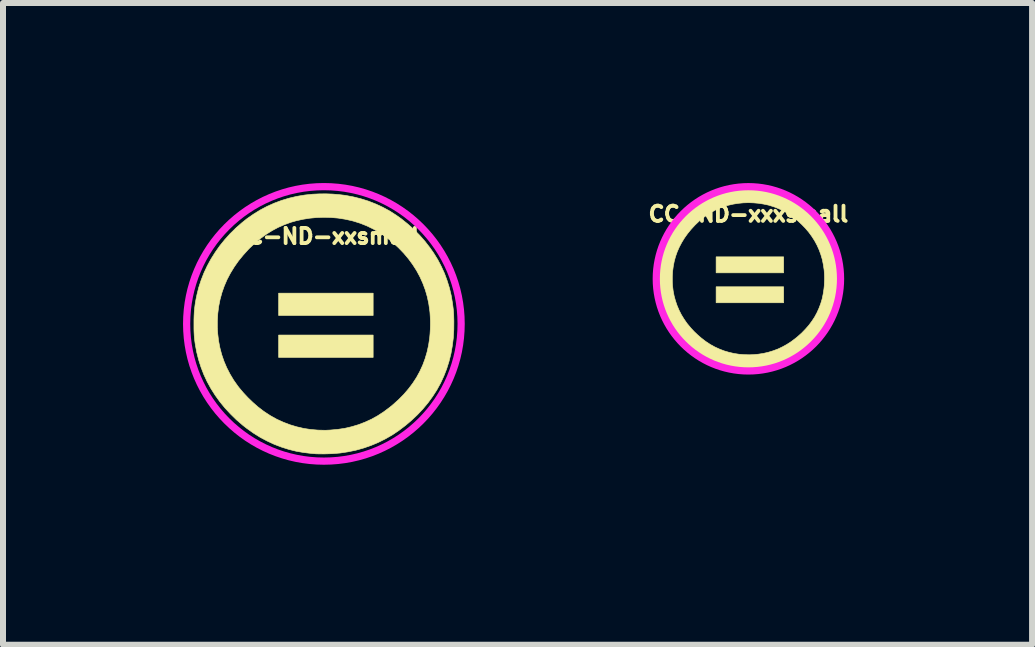
<source format=kicad_pcb>
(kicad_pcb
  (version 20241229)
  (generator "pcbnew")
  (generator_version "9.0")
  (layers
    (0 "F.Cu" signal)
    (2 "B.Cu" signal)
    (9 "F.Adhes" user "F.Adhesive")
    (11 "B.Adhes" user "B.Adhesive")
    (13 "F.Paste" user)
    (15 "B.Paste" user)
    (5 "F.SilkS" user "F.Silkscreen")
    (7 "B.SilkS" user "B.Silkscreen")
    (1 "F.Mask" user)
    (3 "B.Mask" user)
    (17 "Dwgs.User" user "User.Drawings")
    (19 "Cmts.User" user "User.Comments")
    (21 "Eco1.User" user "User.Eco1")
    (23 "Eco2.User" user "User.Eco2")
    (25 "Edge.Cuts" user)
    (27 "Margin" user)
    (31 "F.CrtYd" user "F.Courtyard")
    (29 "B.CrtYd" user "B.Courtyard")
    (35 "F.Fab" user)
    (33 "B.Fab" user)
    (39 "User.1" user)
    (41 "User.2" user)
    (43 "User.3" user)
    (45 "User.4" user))
  (footprint "CC-ND-xxxsmall"
    (layer "F.Cu")
    (at 9.421 1.596)
    (property "Reference" "CC-ND-xxxsmall" (at 0 -1.079 0) (layer "F.SilkS") (effects (font (size 0.254 0.254) (thickness 0.064))))
    (attr through_hole)
    (fp_poly (pts (xy 0.587 -0.1) (xy -0.538 -0.1) (xy -0.538 -0.366) (xy 0.587 -0.366) (xy 0.587 -0.1)) (stroke (width 0.01) (type solid)) (fill yes) (layer "F.SilkS"))
    (fp_poly (pts (xy 0.587 0.399) (xy -0.538 0.399) (xy -0.538 0.133) (xy 0.587 0.133) (xy 0.587 0.399)) (stroke (width 0.01) (type solid)) (fill yes) (layer "F.SilkS"))
    (fp_poly (pts (xy 0.104 -1.545) (xy 0.181 -1.539) (xy 0.254 -1.53) (xy 0.348 -1.512) (xy 0.44 -1.49) (xy 0.529 -1.461) (xy 0.617 -1.427) (xy 0.701 -1.388) (xy 0.783 -1.343) (xy 0.862 -1.293) (xy 0.922 -1.25) (xy 0.999 -1.189) (xy 1.071 -1.123) (xy 1.14 -1.054) (xy 1.204 -0.982) (xy 1.262 -0.907) (xy 1.307 -0.842) (xy 1.355 -0.763) (xy 1.398 -0.683) (xy 1.435 -0.6) (xy 1.467 -0.515) (xy 1.494 -0.427) (xy 1.515 -0.336) (xy 1.532 -0.243) (xy 1.541 -0.169) (xy 1.542 -0.153) (xy 1.543 -0.133) (xy 1.545 -0.109) (xy 1.546 -0.083) (xy 1.547 -0.057) (xy 1.547 -0.035) (xy 1.547 0.067) (xy 1.54 0.166) (xy 1.529 0.262) (xy 1.512 0.356) (xy 1.489 0.447) (xy 1.461 0.535) (xy 1.428 0.621) (xy 1.389 0.704) (xy 1.345 0.785) (xy 1.295 0.863) (xy 1.24 0.938) (xy 1.179 1.011) (xy 1.113 1.082) (xy 1.041 1.15) (xy 0.971 1.21) (xy 0.894 1.268) (xy 0.814 1.321) (xy 0.732 1.369) (xy 0.648 1.411) (xy 0.561 1.447) (xy 0.472 1.478) (xy 0.381 1.503) (xy 0.287 1.523) (xy 0.192 1.537) (xy 0.095 1.545) (xy -0.004 1.548) (xy -0.012 1.548) (xy -0.033 1.547) (xy -0.052 1.547) (xy -0.069 1.547) (xy -0.083 1.547) (xy -0.092 1.546) (xy -0.095 1.546) (xy -0.103 1.546) (xy -0.115 1.545) (xy -0.13 1.543) (xy -0.146 1.542) (xy -0.147 1.542) (xy -0.238 1.532) (xy -0.329 1.515) (xy -0.419 1.493) (xy -0.507 1.465) (xy -0.593 1.432) (xy -0.678 1.393) (xy -0.76 1.348) (xy -0.841 1.298) (xy -0.918 1.243) (xy -0.964 1.208) (xy -1.04 1.142) (xy -1.111 1.073) (xy -1.177 1.001) (xy -1.238 0.927) (xy -1.294 0.85) (xy -1.344 0.77) (xy -1.389 0.688) (xy -1.428 0.603) (xy -1.462 0.517) (xy -1.491 0.428) (xy -1.514 0.337) (xy -1.53 0.249) (xy -1.534 0.22) (xy -1.538 0.193) (xy -1.541 0.168) (xy -1.543 0.143) (xy -1.544 0.117) (xy -1.545 0.09) (xy -1.546 0.059) (xy -1.546 0.024) (xy -1.546 0.002) (xy -1.546 -0.036) (xy -1.268 -0.036) (xy -1.268 0.053) (xy -1.264 0.116) (xy -1.254 0.201) (xy -1.238 0.284) (xy -1.216 0.365) (xy -1.189 0.444) (xy -1.156 0.522) (xy -1.118 0.597) (xy -1.074 0.669) (xy -1.025 0.74) (xy -1.007 0.762) (xy -0.957 0.822) (xy -0.903 0.88) (xy -0.845 0.935) (xy -0.785 0.987) (xy -0.724 1.034) (xy -0.705 1.048) (xy -0.633 1.095) (xy -0.559 1.136) (xy -0.482 1.171) (xy -0.404 1.201) (xy -0.323 1.225) (xy -0.24 1.244) (xy -0.156 1.257) (xy -0.07 1.264) (xy 0.017 1.266) (xy 0.077 1.264) (xy 0.165 1.256) (xy 0.25 1.243) (xy 0.332 1.224) (xy 0.413 1.199) (xy 0.491 1.17) (xy 0.567 1.134) (xy 0.641 1.093) (xy 0.714 1.046) (xy 0.784 0.993) (xy 0.821 0.963) (xy 0.889 0.902) (xy 0.95 0.839) (xy 1.007 0.774) (xy 1.057 0.707) (xy 1.103 0.637) (xy 1.142 0.565) (xy 1.176 0.49) (xy 1.205 0.413) (xy 1.229 0.334) (xy 1.246 0.251) (xy 1.259 0.166) (xy 1.259 0.165) (xy 1.264 0.118) (xy 1.266 0.068) (xy 1.268 0.016) (xy 1.268 -0.036) (xy 1.266 -0.086) (xy 1.263 -0.133) (xy 1.261 -0.153) (xy 1.248 -0.239) (xy 1.231 -0.323) (xy 1.207 -0.404) (xy 1.178 -0.483) (xy 1.144 -0.559) (xy 1.104 -0.633) (xy 1.058 -0.705) (xy 1.007 -0.775) (xy 0.95 -0.842) (xy 0.888 -0.906) (xy 0.82 -0.969) (xy 0.795 -0.99) (xy 0.729 -1.042) (xy 0.659 -1.088) (xy 0.586 -1.13) (xy 0.511 -1.166) (xy 0.434 -1.197) (xy 0.355 -1.222) (xy 0.331 -1.229) (xy 0.25 -1.246) (xy 0.168 -1.259) (xy 0.084 -1.266) (xy -0.001 -1.269) (xy -0.085 -1.266) (xy -0.168 -1.258) (xy -0.25 -1.245) (xy -0.33 -1.227) (xy -0.393 -1.209) (xy -0.471 -1.181) (xy -0.545 -1.148) (xy -0.618 -1.109) (xy -0.687 -1.066) (xy -0.755 -1.016) (xy -0.82 -0.962) (xy -0.884 -0.901) (xy -0.897 -0.888) (xy -0.959 -0.82) (xy -1.016 -0.75) (xy -1.067 -0.678) (xy -1.112 -0.604) (xy -1.152 -0.528) (xy -1.186 -0.451) (xy -1.214 -0.372) (xy -1.236 -0.291) (xy -1.252 -0.208) (xy -1.263 -0.123) (xy -1.268 -0.036) (xy -1.546 -0.036) (xy -1.546 -0.05) (xy -1.545 -0.096) (xy -1.543 -0.139) (xy -1.539 -0.18) (xy -1.535 -0.219) (xy -1.529 -0.259) (xy -1.521 -0.301) (xy -1.512 -0.345) (xy -1.512 -0.346) (xy -1.489 -0.434) (xy -1.461 -0.521) (xy -1.427 -0.607) (xy -1.388 -0.691) (xy -1.343 -0.772) (xy -1.294 -0.852) (xy -1.239 -0.928) (xy -1.18 -1.002) (xy -1.116 -1.073) (xy -1.048 -1.14) (xy -0.976 -1.204) (xy -0.915 -1.252) (xy -0.837 -1.307) (xy -0.757 -1.356) (xy -0.675 -1.399) (xy -0.59 -1.437) (xy -0.503 -1.47) (xy -0.414 -1.496) (xy -0.322 -1.518) (xy -0.228 -1.533) (xy -0.209 -1.536) (xy -0.134 -1.543) (xy -0.056 -1.547) (xy 0.024 -1.548) (xy 0.104 -1.545)) (stroke (width 0.01) (type solid)) (fill yes) (layer "F.SilkS"))
    (fp_circle (center 0 0) (end -1.333 0.762) (stroke (width 0.12) (type solid)) (fill no) (layer "F.CrtYd")))
  (footprint "CC-ND-xxsmall"
    (layer "F.Cu")
    (at 2.347 2.347)
    (property "Reference" "CC-ND-xxsmall" (at 0.034 -1.46 0) (layer "F.SilkS") (effects (font (size 0.254 0.254) (thickness 0.064))))
    (attr through_hole)
    (fp_poly (pts (xy 0.821 -0.14) (xy -0.754 -0.14) (xy -0.754 -0.512) (xy 0.821 -0.512) (xy 0.821 -0.14)) (stroke (width 0.01) (type solid)) (fill yes) (layer "F.SilkS"))
    (fp_poly (pts (xy 0.821 0.559) (xy -0.754 0.559) (xy -0.754 0.186) (xy 0.821 0.186) (xy 0.821 0.559)) (stroke (width 0.01) (type solid)) (fill yes) (layer "F.SilkS"))
    (fp_poly (pts (xy 0.145 -2.163) (xy 0.254 -2.154) (xy 0.355 -2.142) (xy 0.487 -2.117) (xy 0.616 -2.085) (xy 0.741 -2.046) (xy 0.863 -1.998) (xy 0.982 -1.943) (xy 1.096 -1.881) (xy 1.207 -1.81) (xy 1.291 -1.75) (xy 1.398 -1.664) (xy 1.5 -1.573) (xy 1.596 -1.476) (xy 1.685 -1.375) (xy 1.767 -1.269) (xy 1.83 -1.179) (xy 1.898 -1.069) (xy 1.957 -0.956) (xy 2.01 -0.84) (xy 2.054 -0.72) (xy 2.092 -0.598) (xy 2.122 -0.471) (xy 2.144 -0.34) (xy 2.157 -0.237) (xy 2.159 -0.215) (xy 2.161 -0.186) (xy 2.163 -0.152) (xy 2.164 -0.116) (xy 2.165 -0.08) (xy 2.166 -0.049) (xy 2.165 0.093) (xy 2.157 0.232) (xy 2.14 0.367) (xy 2.117 0.498) (xy 2.085 0.625) (xy 2.046 0.749) (xy 1.999 0.869) (xy 1.945 0.986) (xy 1.883 1.099) (xy 1.813 1.208) (xy 1.736 1.314) (xy 1.651 1.416) (xy 1.558 1.515) (xy 1.457 1.61) (xy 1.359 1.693) (xy 1.251 1.775) (xy 1.14 1.85) (xy 1.025 1.916) (xy 0.907 1.975) (xy 0.785 2.026) (xy 0.661 2.069) (xy 0.533 2.105) (xy 0.402 2.132) (xy 0.269 2.152) (xy 0.133 2.163) (xy -0.006 2.167) (xy -0.016 2.167) (xy -0.046 2.166) (xy -0.073 2.166) (xy -0.097 2.166) (xy -0.116 2.165) (xy -0.129 2.165) (xy -0.133 2.165) (xy -0.144 2.164) (xy -0.161 2.162) (xy -0.182 2.161) (xy -0.204 2.159) (xy -0.205 2.159) (xy -0.334 2.144) (xy -0.461 2.122) (xy -0.586 2.091) (xy -0.71 2.052) (xy -0.831 2.005) (xy -0.949 1.95) (xy -1.065 1.888) (xy -1.177 1.818) (xy -1.286 1.74) (xy -1.349 1.691) (xy -1.456 1.599) (xy -1.555 1.502) (xy -1.648 1.402) (xy -1.733 1.298) (xy -1.811 1.19) (xy -1.882 1.078) (xy -1.945 0.963) (xy -2 0.845) (xy -2.047 0.723) (xy -2.087 0.599) (xy -2.119 0.472) (xy -2.142 0.349) (xy -2.148 0.308) (xy -2.153 0.271) (xy -2.157 0.235) (xy -2.16 0.2) (xy -2.162 0.164) (xy -2.164 0.125) (xy -2.165 0.082) (xy -2.165 0.033) (xy -2.165 0.002) (xy -2.165 -0.05) (xy -1.775 -0.05) (xy -1.775 0.074) (xy -1.769 0.163) (xy -1.755 0.281) (xy -1.733 0.397) (xy -1.703 0.511) (xy -1.665 0.622) (xy -1.619 0.73) (xy -1.565 0.835) (xy -1.504 0.937) (xy -1.435 1.035) (xy -1.41 1.067) (xy -1.34 1.15) (xy -1.264 1.231) (xy -1.183 1.309) (xy -1.1 1.382) (xy -1.014 1.448) (xy -0.986 1.468) (xy -0.886 1.533) (xy -0.783 1.59) (xy -0.675 1.639) (xy -0.565 1.681) (xy -0.452 1.715) (xy -0.336 1.742) (xy -0.218 1.76) (xy -0.098 1.77) (xy 0.024 1.773) (xy 0.108 1.769) (xy 0.231 1.758) (xy 0.35 1.74) (xy 0.465 1.713) (xy 0.578 1.679) (xy 0.687 1.637) (xy 0.794 1.588) (xy 0.898 1.53) (xy 0.999 1.464) (xy 1.098 1.39) (xy 1.149 1.348) (xy 1.244 1.263) (xy 1.331 1.175) (xy 1.409 1.084) (xy 1.48 0.99) (xy 1.544 0.892) (xy 1.599 0.791) (xy 1.647 0.687) (xy 1.687 0.579) (xy 1.72 0.467) (xy 1.745 0.352) (xy 1.763 0.233) (xy 1.763 0.231) (xy 1.769 0.165) (xy 1.773 0.095) (xy 1.775 0.022) (xy 1.775 -0.05) (xy 1.772 -0.121) (xy 1.768 -0.187) (xy 1.765 -0.214) (xy 1.748 -0.334) (xy 1.723 -0.452) (xy 1.69 -0.566) (xy 1.649 -0.676) (xy 1.601 -0.783) (xy 1.545 -0.887) (xy 1.481 -0.987) (xy 1.41 -1.084) (xy 1.331 -1.178) (xy 1.243 -1.269) (xy 1.148 -1.356) (xy 1.113 -1.386) (xy 1.02 -1.458) (xy 0.923 -1.524) (xy 0.821 -1.582) (xy 0.716 -1.633) (xy 0.608 -1.676) (xy 0.497 -1.711) (xy 0.464 -1.72) (xy 0.35 -1.745) (xy 0.235 -1.763) (xy 0.117 -1.773) (xy -0.001 -1.776) (xy -0.119 -1.772) (xy -0.236 -1.761) (xy -0.35 -1.743) (xy -0.462 -1.718) (xy -0.55 -1.693) (xy -0.659 -1.653) (xy -0.764 -1.607) (xy -0.865 -1.553) (xy -0.962 -1.492) (xy -1.057 -1.423) (xy -1.149 -1.346) (xy -1.238 -1.262) (xy -1.256 -1.244) (xy -1.343 -1.148) (xy -1.423 -1.05) (xy -1.494 -0.949) (xy -1.557 -0.846) (xy -1.613 -0.74) (xy -1.66 -0.631) (xy -1.699 -0.52) (xy -1.73 -0.407) (xy -1.753 -0.291) (xy -1.768 -0.172) (xy -1.775 -0.05) (xy -2.165 -0.05) (xy -2.165 -0.069) (xy -2.163 -0.134) (xy -2.16 -0.194) (xy -2.155 -0.251) (xy -2.148 -0.307) (xy -2.14 -0.363) (xy -2.129 -0.421) (xy -2.116 -0.483) (xy -2.116 -0.484) (xy -2.085 -0.608) (xy -2.045 -0.73) (xy -1.998 -0.85) (xy -1.943 -0.967) (xy -1.881 -1.081) (xy -1.811 -1.192) (xy -1.735 -1.3) (xy -1.652 -1.403) (xy -1.563 -1.502) (xy -1.467 -1.596) (xy -1.366 -1.685) (xy -1.281 -1.753) (xy -1.172 -1.829) (xy -1.06 -1.898) (xy -0.945 -1.959) (xy -0.826 -2.012) (xy -0.705 -2.057) (xy -0.58 -2.095) (xy -0.451 -2.125) (xy -0.32 -2.147) (xy -0.293 -2.15) (xy -0.187 -2.161) (xy -0.078 -2.166) (xy 0.034 -2.167) (xy 0.145 -2.163)) (stroke (width 0.01) (type solid)) (fill yes) (layer "F.SilkS"))
    (fp_circle (center 0 0) (end 2.287 0) (stroke (width 0.12) (type solid)) (fill no) (layer "F.CrtYd")))
  (gr_rect
    (start -3 -3)
    (end 14.148 7.694)
    (stroke (width 0.1) (type default))
    (fill no)
    (layer "Edge.Cuts")))
</source>
